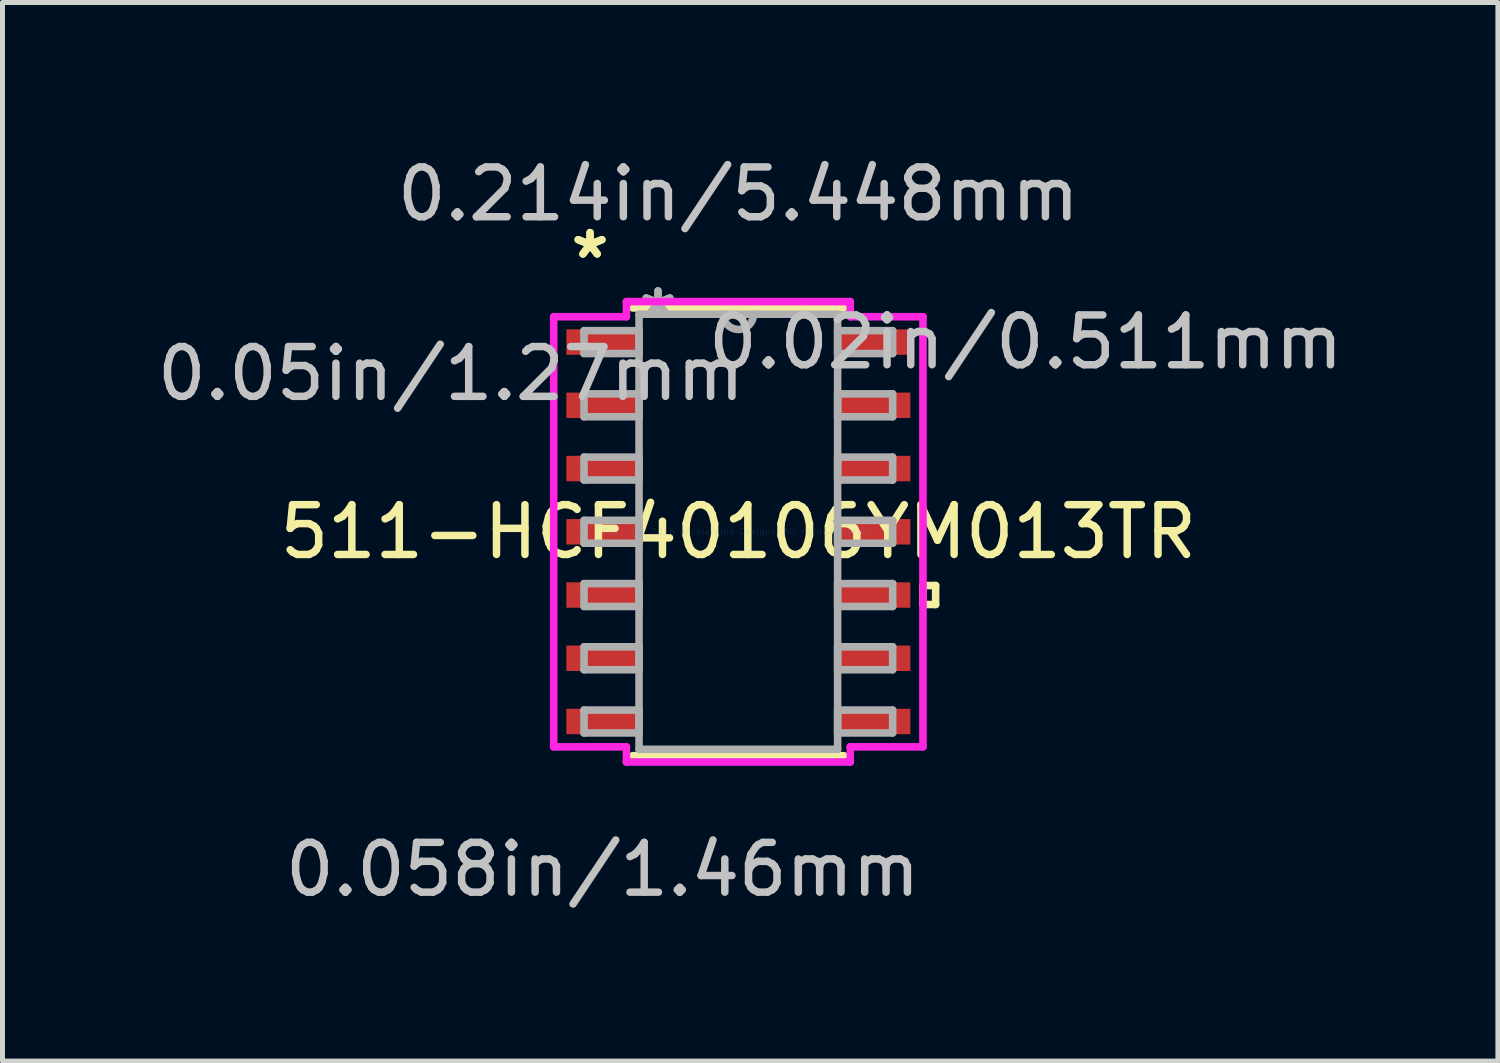
<source format=kicad_pcb>
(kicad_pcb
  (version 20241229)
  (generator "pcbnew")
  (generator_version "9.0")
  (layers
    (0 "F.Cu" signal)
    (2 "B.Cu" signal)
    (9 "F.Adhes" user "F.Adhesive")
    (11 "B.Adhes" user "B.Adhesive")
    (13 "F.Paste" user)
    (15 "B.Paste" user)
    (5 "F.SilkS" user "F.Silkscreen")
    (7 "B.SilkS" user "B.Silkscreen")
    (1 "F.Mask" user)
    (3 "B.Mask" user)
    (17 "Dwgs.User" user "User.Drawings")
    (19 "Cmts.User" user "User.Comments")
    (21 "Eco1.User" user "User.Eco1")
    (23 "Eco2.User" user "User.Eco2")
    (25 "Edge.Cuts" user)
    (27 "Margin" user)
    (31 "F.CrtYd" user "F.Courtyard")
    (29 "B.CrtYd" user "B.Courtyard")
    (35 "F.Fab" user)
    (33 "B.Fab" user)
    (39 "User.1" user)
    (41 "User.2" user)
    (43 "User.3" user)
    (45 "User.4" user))
  (footprint "511-HCF40106YM013TR"
    (layer "F.Cu")
    (at 11.778 7.63)
    (property "Reference" "511-HCF40106YM013TR" (at 0 0 0) (layer "F.SilkS") (effects (font (size 1 1) (thickness 0.15))))
    (attr through_hole)
    (fp_line (start -2.121 4.496) (end 2.121 4.496) (stroke (width 0.152) (type solid)) (layer "F.SilkS"))
    (fp_line (start 2.121 -4.496) (end -2.121 -4.496) (stroke (width 0.152) (type solid)) (layer "F.SilkS"))
    (fp_line (start 3.708 1.079) (end 3.962 1.079) (stroke (width 0.152) (type solid)) (layer "F.SilkS"))
    (fp_line (start 3.708 1.46) (end 3.708 1.079) (stroke (width 0.152) (type solid)) (layer "F.SilkS"))
    (fp_line (start 3.962 1.079) (end 3.962 1.46) (stroke (width 0.152) (type solid)) (layer "F.SilkS"))
    (fp_line (start 3.962 1.46) (end 3.708 1.46) (stroke (width 0.152) (type solid)) (layer "F.SilkS"))
    (fp_line (start -3.708 -4.319) (end -2.248 -4.319) (stroke (width 0.152) (type solid)) (layer "F.CrtYd"))
    (fp_line (start -3.708 4.319) (end -3.708 -4.319) (stroke (width 0.152) (type solid)) (layer "F.CrtYd"))
    (fp_line (start -2.248 -4.623) (end 2.248 -4.623) (stroke (width 0.152) (type solid)) (layer "F.CrtYd"))
    (fp_line (start -2.248 -4.319) (end -2.248 -4.623) (stroke (width 0.152) (type solid)) (layer "F.CrtYd"))
    (fp_line (start -2.248 4.319) (end -3.708 4.319) (stroke (width 0.152) (type solid)) (layer "F.CrtYd"))
    (fp_line (start -2.248 4.623) (end -2.248 4.319) (stroke (width 0.152) (type solid)) (layer "F.CrtYd"))
    (fp_line (start 2.248 -4.623) (end 2.248 -4.319) (stroke (width 0.152) (type solid)) (layer "F.CrtYd"))
    (fp_line (start 2.248 -4.319) (end 3.708 -4.319) (stroke (width 0.152) (type solid)) (layer "F.CrtYd"))
    (fp_line (start 2.248 4.319) (end 2.248 4.623) (stroke (width 0.152) (type solid)) (layer "F.CrtYd"))
    (fp_line (start 2.248 4.623) (end -2.248 4.623) (stroke (width 0.152) (type solid)) (layer "F.CrtYd"))
    (fp_line (start 3.708 -4.319) (end 3.708 4.319) (stroke (width 0.152) (type solid)) (layer "F.CrtYd"))
    (fp_line (start 3.708 4.319) (end 2.248 4.319) (stroke (width 0.152) (type solid)) (layer "F.CrtYd"))
    (fp_line (start -3.099 -4.04) (end -3.099 -3.58) (stroke (width 0.152) (type solid)) (layer "F.Fab"))
    (fp_line (start -3.099 -3.58) (end -1.994 -3.58) (stroke (width 0.152) (type solid)) (layer "F.Fab"))
    (fp_line (start -3.099 -2.77) (end -3.099 -2.31) (stroke (width 0.152) (type solid)) (layer "F.Fab"))
    (fp_line (start -3.099 -2.31) (end -1.994 -2.31) (stroke (width 0.152) (type solid)) (layer "F.Fab"))
    (fp_line (start -3.099 -1.5) (end -3.099 -1.04) (stroke (width 0.152) (type solid)) (layer "F.Fab"))
    (fp_line (start -3.099 -1.04) (end -1.994 -1.04) (stroke (width 0.152) (type solid)) (layer "F.Fab"))
    (fp_line (start -3.099 -0.23) (end -3.099 0.23) (stroke (width 0.152) (type solid)) (layer "F.Fab"))
    (fp_line (start -3.099 0.23) (end -1.994 0.23) (stroke (width 0.152) (type solid)) (layer "F.Fab"))
    (fp_line (start -3.099 1.04) (end -3.099 1.5) (stroke (width 0.152) (type solid)) (layer "F.Fab"))
    (fp_line (start -3.099 1.5) (end -1.994 1.5) (stroke (width 0.152) (type solid)) (layer "F.Fab"))
    (fp_line (start -3.099 2.31) (end -3.099 2.77) (stroke (width 0.152) (type solid)) (layer "F.Fab"))
    (fp_line (start -3.099 2.77) (end -1.994 2.77) (stroke (width 0.152) (type solid)) (layer "F.Fab"))
    (fp_line (start -3.099 3.58) (end -3.099 4.04) (stroke (width 0.152) (type solid)) (layer "F.Fab"))
    (fp_line (start -3.099 4.04) (end -1.994 4.04) (stroke (width 0.152) (type solid)) (layer "F.Fab"))
    (fp_line (start -1.994 -4.369) (end -1.994 4.369) (stroke (width 0.152) (type solid)) (layer "F.Fab"))
    (fp_line (start -1.994 -4.04) (end -3.099 -4.04) (stroke (width 0.152) (type solid)) (layer "F.Fab"))
    (fp_line (start -1.994 -3.58) (end -1.994 -4.04) (stroke (width 0.152) (type solid)) (layer "F.Fab"))
    (fp_line (start -1.994 -2.77) (end -3.099 -2.77) (stroke (width 0.152) (type solid)) (layer "F.Fab"))
    (fp_line (start -1.994 -2.31) (end -1.994 -2.77) (stroke (width 0.152) (type solid)) (layer "F.Fab"))
    (fp_line (start -1.994 -1.5) (end -3.099 -1.5) (stroke (width 0.152) (type solid)) (layer "F.Fab"))
    (fp_line (start -1.994 -1.04) (end -1.994 -1.5) (stroke (width 0.152) (type solid)) (layer "F.Fab"))
    (fp_line (start -1.994 -0.23) (end -3.099 -0.23) (stroke (width 0.152) (type solid)) (layer "F.Fab"))
    (fp_line (start -1.994 0.23) (end -1.994 -0.23) (stroke (width 0.152) (type solid)) (layer "F.Fab"))
    (fp_line (start -1.994 1.04) (end -3.099 1.04) (stroke (width 0.152) (type solid)) (layer "F.Fab"))
    (fp_line (start -1.994 1.5) (end -1.994 1.04) (stroke (width 0.152) (type solid)) (layer "F.Fab"))
    (fp_line (start -1.994 2.31) (end -3.099 2.31) (stroke (width 0.152) (type solid)) (layer "F.Fab"))
    (fp_line (start -1.994 2.77) (end -1.994 2.31) (stroke (width 0.152) (type solid)) (layer "F.Fab"))
    (fp_line (start -1.994 3.58) (end -3.099 3.58) (stroke (width 0.152) (type solid)) (layer "F.Fab"))
    (fp_line (start -1.994 4.04) (end -1.994 3.58) (stroke (width 0.152) (type solid)) (layer "F.Fab"))
    (fp_line (start -1.994 4.369) (end 1.994 4.369) (stroke (width 0.152) (type solid)) (layer "F.Fab"))
    (fp_line (start 1.994 -4.369) (end -1.994 -4.369) (stroke (width 0.152) (type solid)) (layer "F.Fab"))
    (fp_line (start 1.994 -4.04) (end 1.994 -3.58) (stroke (width 0.152) (type solid)) (layer "F.Fab"))
    (fp_line (start 1.994 -3.58) (end 3.099 -3.58) (stroke (width 0.152) (type solid)) (layer "F.Fab"))
    (fp_line (start 1.994 -2.77) (end 1.994 -2.31) (stroke (width 0.152) (type solid)) (layer "F.Fab"))
    (fp_line (start 1.994 -2.31) (end 3.099 -2.31) (stroke (width 0.152) (type solid)) (layer "F.Fab"))
    (fp_line (start 1.994 -1.5) (end 1.994 -1.04) (stroke (width 0.152) (type solid)) (layer "F.Fab"))
    (fp_line (start 1.994 -1.04) (end 3.099 -1.04) (stroke (width 0.152) (type solid)) (layer "F.Fab"))
    (fp_line (start 1.994 -0.23) (end 1.994 0.23) (stroke (width 0.152) (type solid)) (layer "F.Fab"))
    (fp_line (start 1.994 0.23) (end 3.099 0.23) (stroke (width 0.152) (type solid)) (layer "F.Fab"))
    (fp_line (start 1.994 1.04) (end 1.994 1.5) (stroke (width 0.152) (type solid)) (layer "F.Fab"))
    (fp_line (start 1.994 1.5) (end 3.099 1.5) (stroke (width 0.152) (type solid)) (layer "F.Fab"))
    (fp_line (start 1.994 2.31) (end 1.994 2.77) (stroke (width 0.152) (type solid)) (layer "F.Fab"))
    (fp_line (start 1.994 2.77) (end 3.099 2.77) (stroke (width 0.152) (type solid)) (layer "F.Fab"))
    (fp_line (start 1.994 3.58) (end 1.994 4.04) (stroke (width 0.152) (type solid)) (layer "F.Fab"))
    (fp_line (start 1.994 4.04) (end 3.099 4.04) (stroke (width 0.152) (type solid)) (layer "F.Fab"))
    (fp_line (start 1.994 4.369) (end 1.994 -4.369) (stroke (width 0.152) (type solid)) (layer "F.Fab"))
    (fp_line (start 3.099 -4.04) (end 1.994 -4.04) (stroke (width 0.152) (type solid)) (layer "F.Fab"))
    (fp_line (start 3.099 -3.58) (end 3.099 -4.04) (stroke (width 0.152) (type solid)) (layer "F.Fab"))
    (fp_line (start 3.099 -2.77) (end 1.994 -2.77) (stroke (width 0.152) (type solid)) (layer "F.Fab"))
    (fp_line (start 3.099 -2.31) (end 3.099 -2.77) (stroke (width 0.152) (type solid)) (layer "F.Fab"))
    (fp_line (start 3.099 -1.5) (end 1.994 -1.5) (stroke (width 0.152) (type solid)) (layer "F.Fab"))
    (fp_line (start 3.099 -1.04) (end 3.099 -1.5) (stroke (width 0.152) (type solid)) (layer "F.Fab"))
    (fp_line (start 3.099 -0.23) (end 1.994 -0.23) (stroke (width 0.152) (type solid)) (layer "F.Fab"))
    (fp_line (start 3.099 0.23) (end 3.099 -0.23) (stroke (width 0.152) (type solid)) (layer "F.Fab"))
    (fp_line (start 3.099 1.04) (end 1.994 1.04) (stroke (width 0.152) (type solid)) (layer "F.Fab"))
    (fp_line (start 3.099 1.5) (end 3.099 1.04) (stroke (width 0.152) (type solid)) (layer "F.Fab"))
    (fp_line (start 3.099 2.31) (end 1.994 2.31) (stroke (width 0.152) (type solid)) (layer "F.Fab"))
    (fp_line (start 3.099 2.77) (end 3.099 2.31) (stroke (width 0.152) (type solid)) (layer "F.Fab"))
    (fp_line (start 3.099 3.58) (end 1.994 3.58) (stroke (width 0.152) (type solid)) (layer "F.Fab"))
    (fp_line (start 3.099 4.04) (end 3.099 3.58) (stroke (width 0.152) (type solid)) (layer "F.Fab"))
    (fp_arc (start 0.3048 -4.3688) (mid 0 -4.064) (end -0.3048 -4.3688) (stroke (width 0.1524) (type solid)) (layer "F.Fab"))
    (fp_text user "*" (at -2.978 -5.464 0) (layer "F.SilkS") (effects (font (size 1 1) (thickness 0.15))))
    (fp_text user "*" (at -2.978 -5.464 0) (layer "F.SilkS") (effects (font (size 1 1) (thickness 0.15))))
    (fp_text user "0.02in/0.511mm" (at 5.772 -3.81 0) (layer "Dwgs.User") (effects (font (size 1 1) (thickness 0.15))))
    (fp_text user "0.05in/1.27mm" (at -5.772 -3.175 0) (layer "Dwgs.User") (effects (font (size 1 1) (thickness 0.15))))
    (fp_text user "0.214in/5.448mm" (at 0 -6.782 0) (layer "Dwgs.User") (effects (font (size 1 1) (thickness 0.15))))
    (fp_text user "0.058in/1.46mm" (at -2.724 6.782 0) (layer "Dwgs.User") (effects (font (size 1 1) (thickness 0.15))))
    (fp_text user "Copyright 2016 Accelerated Designs. All rights reserved." (at 0 0 0) (layer "Cmts.User") (effects (font (size 0.127 0.127) (thickness 0.002))))
    (fp_text user "*" (at -1.613 -4.293 0) (layer "F.Fab") (effects (font (size 1 1) (thickness 0.15))))
    (fp_text user "*" (at -1.613 -4.293 0) (layer "F.Fab") (effects (font (size 1 1) (thickness 0.15))))
    (pad "1" smd rect (at -2.724 -3.81) (size 1.46 0.511) (layers "F.Cu" "F.Mask" "F.Paste"))
    (pad "2" smd rect (at -2.724 -2.54) (size 1.46 0.511) (layers "F.Cu" "F.Mask" "F.Paste"))
    (pad "3" smd rect (at -2.724 -1.27) (size 1.46 0.511) (layers "F.Cu" "F.Mask" "F.Paste"))
    (pad "4" smd rect (at -2.724 0) (size 1.46 0.511) (layers "F.Cu" "F.Mask" "F.Paste"))
    (pad "5" smd rect (at -2.724 1.27) (size 1.46 0.511) (layers "F.Cu" "F.Mask" "F.Paste"))
    (pad "6" smd rect (at -2.724 2.54) (size 1.46 0.511) (layers "F.Cu" "F.Mask" "F.Paste"))
    (pad "7" smd rect (at -2.724 3.81) (size 1.46 0.511) (layers "F.Cu" "F.Mask" "F.Paste"))
    (pad "8" smd rect (at 2.724 3.81) (size 1.46 0.511) (layers "F.Cu" "F.Mask" "F.Paste"))
    (pad "9" smd rect (at 2.724 2.54) (size 1.46 0.511) (layers "F.Cu" "F.Mask" "F.Paste"))
    (pad "10" smd rect (at 2.724 1.27) (size 1.46 0.511) (layers "F.Cu" "F.Mask" "F.Paste"))
    (pad "11" smd rect (at 2.724 0) (size 1.46 0.511) (layers "F.Cu" "F.Mask" "F.Paste"))
    (pad "12" smd rect (at 2.724 -1.27) (size 1.46 0.511) (layers "F.Cu" "F.Mask" "F.Paste"))
    (pad "13" smd rect (at 2.724 -2.54) (size 1.46 0.511) (layers "F.Cu" "F.Mask" "F.Paste"))
    (pad "14" smd rect (at 2.724 -3.81) (size 1.46 0.511) (layers "F.Cu" "F.Mask" "F.Paste")))
  (gr_rect
    (start -3 -3)
    (end 27.032 18.26)
    (stroke (width 0.1) (type default))
    (fill no)
    (layer "Edge.Cuts")))
</source>
